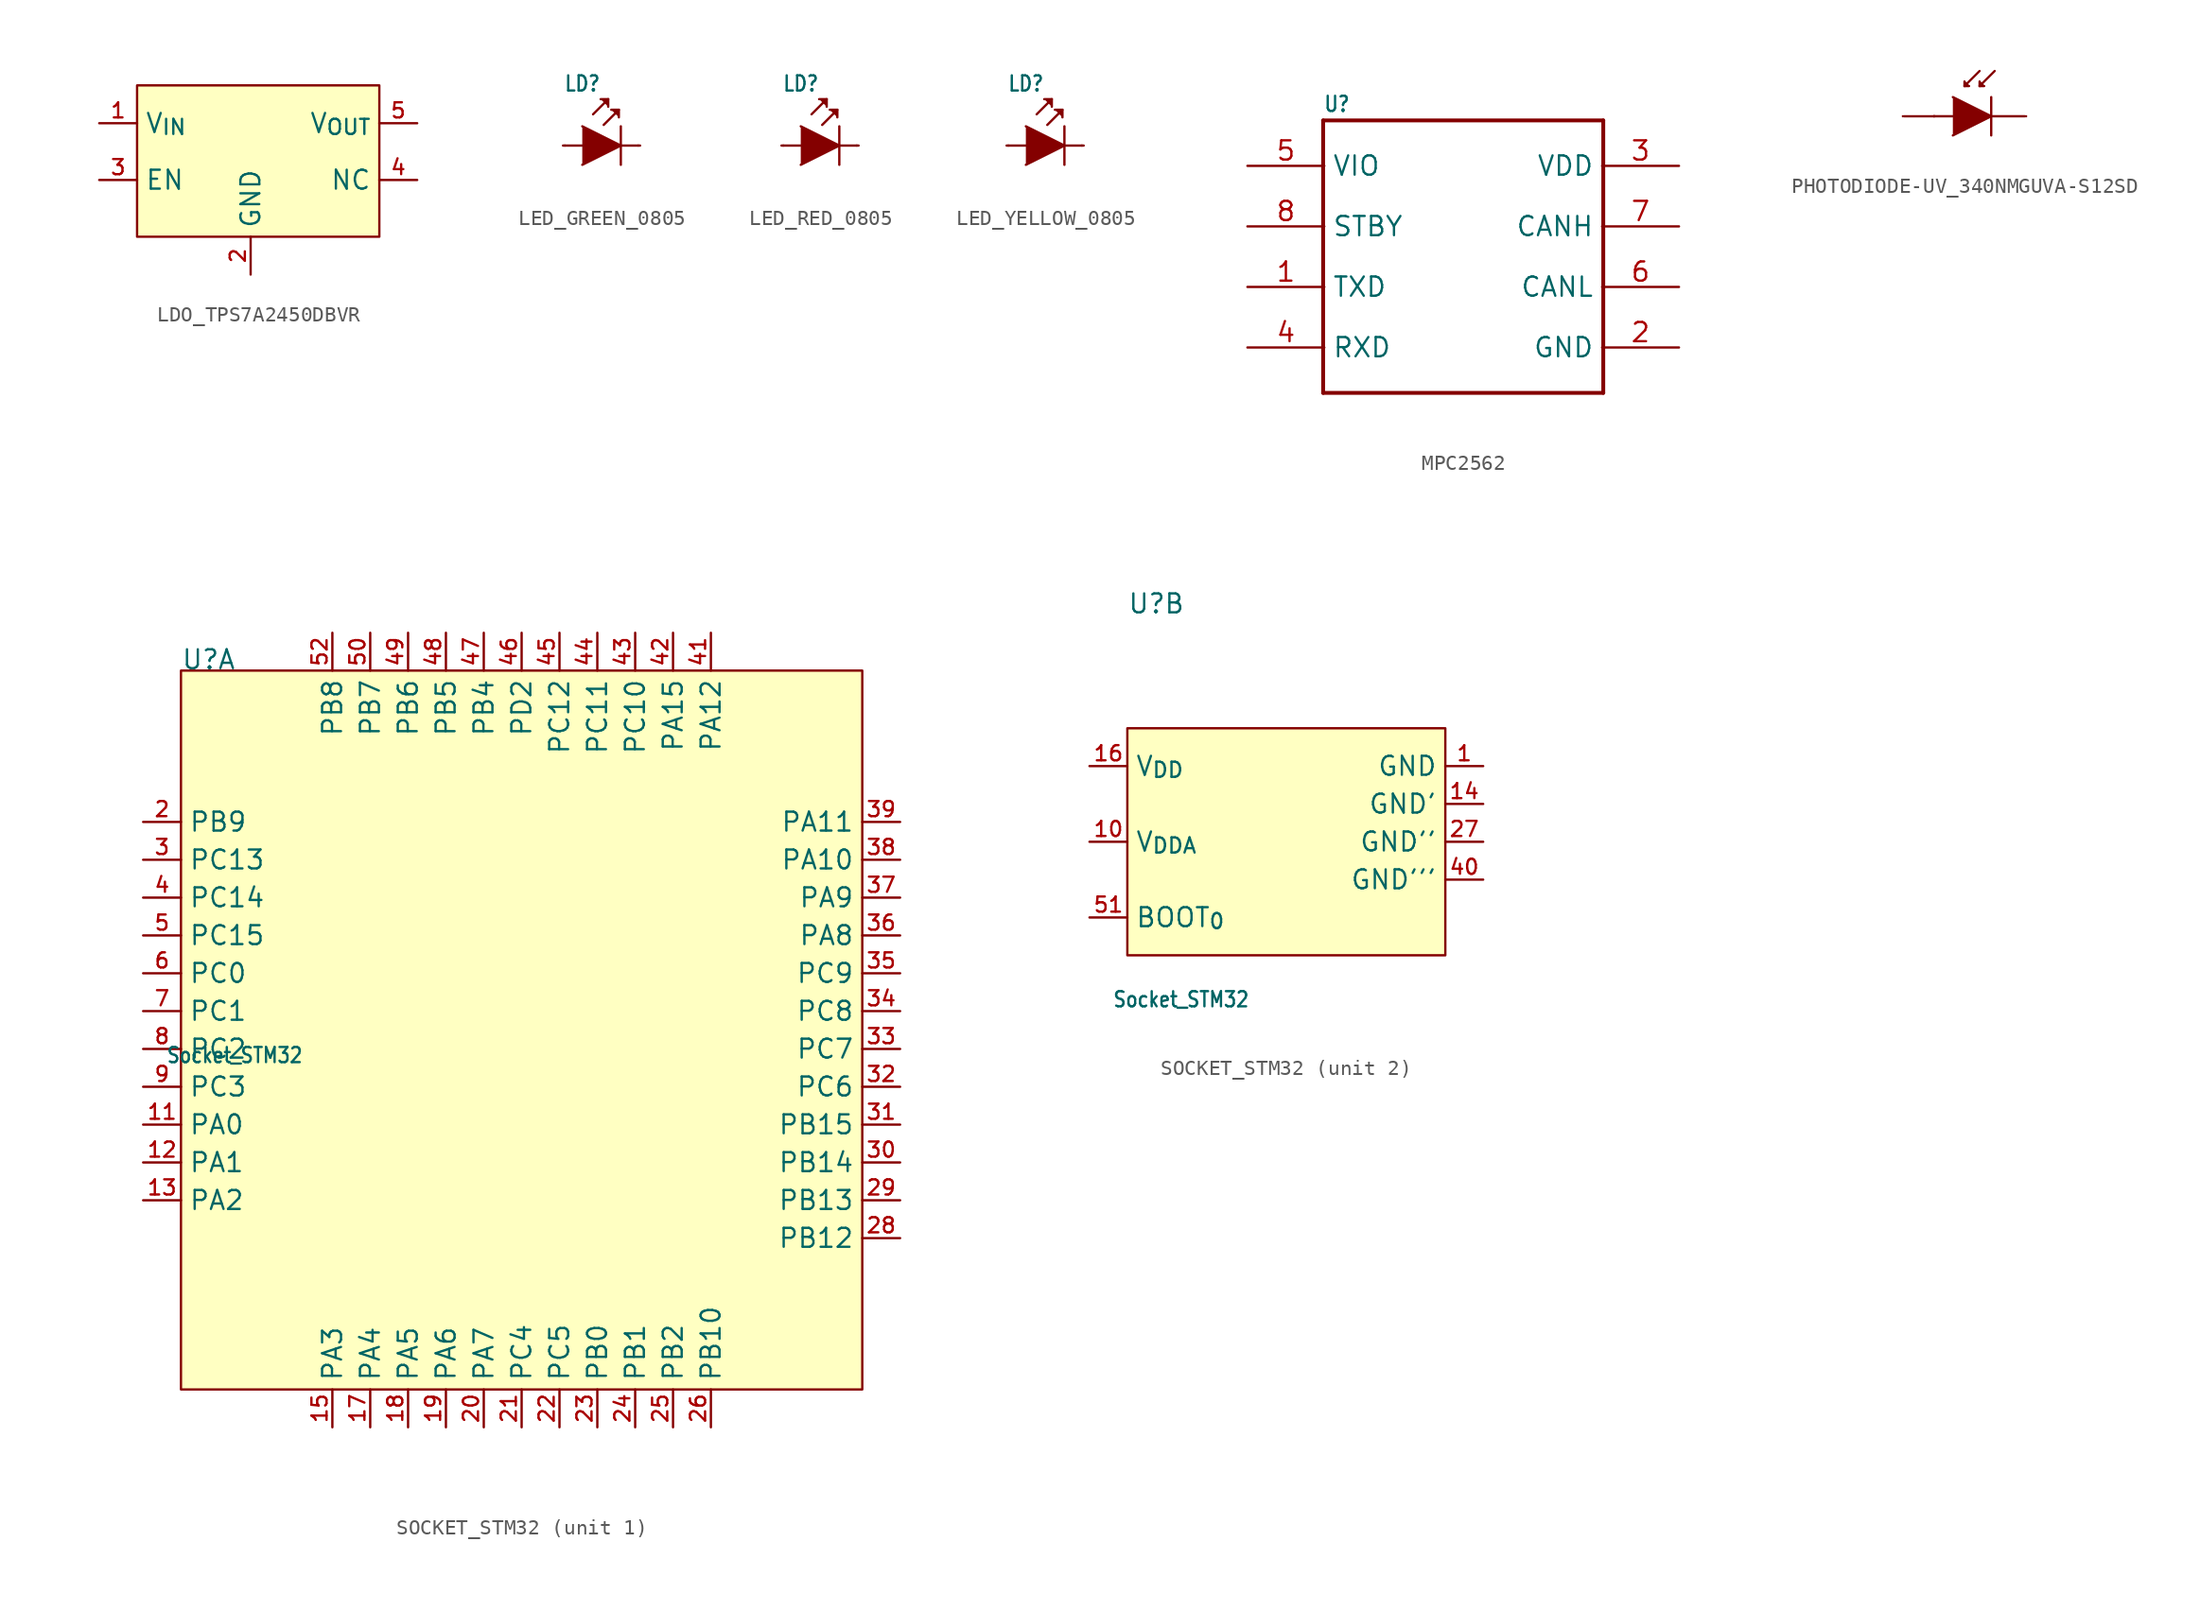
<source format=kicad_sym>
(kicad_symbol_lib
  (version 20231120)
  (generator "kicad_symbol_editor")
  (generator_version "8.0")
  (symbol "LDO_TPS7A2450DBVR"
    (property "Reference" ""
      (at 1.5 4 0)
      (effects (font (size 1 0.85)) (justify left bottom) (hide yes)))
    (property "Value" ""
      (at 1.5 2.5 0)
      (effects (font (size 1 0.85)) (justify left bottom)))
    (property "ki_locked" ""
      (at 0 0 0)
      (effects (font (size 1.27 1.27))))
    (symbol "LDO_TPS7A2450DBVR_1_0"
      (pin bidirectional line (at 0 0 0) (length 2.5) (name "V_{IN}" (effects (font (size 1.25 1.25)))) (number "1" (effects (font (size 1 1)))))
      (pin bidirectional line (at 10 -10 90) (length 2.5) (name "GND" (effects (font (size 1.25 1.25)))) (number "2" (effects (font (size 1 1)))))
      (pin bidirectional line (at 0 -3.75 0) (length 2.5) (name "EN" (effects (font (size 1.25 1.25)))) (number "3" (effects (font (size 1 1)))))
      (pin bidirectional line (at 21 -3.75 180) (length 2.5) (name "NC" (effects (font (size 1.25 1.25)))) (number "4" (effects (font (size 1 1)))))
      (pin bidirectional line (at 21 0 180) (length 2.5) (name "V_{OUT}" (effects (font (size 1.25 1.25)))) (number "5" (effects (font (size 1 1))))))
    (symbol "LDO_TPS7A2450DBVR_1_1"
      (rectangle (start 2.5 2.5) (end 18.5 -7.5) (stroke (width 0) (type default)) (fill (type background)))))
  (symbol "LED_GREEN_0805"
    (property "Reference" "LD"
      (at 0 3.5 0)
      (effects (font (size 1 0.85)) (justify left bottom)))
    (property "Value" ""
      (at 0 -3 0)
      (effects (font (size 1 0.85)) (justify left bottom)))
    (property "ki_locked" ""
      (at 0 0 0)
      (effects (font (size 1.27 1.27))))
    (symbol "LED_GREEN_0805_1_0"
      (polyline (pts (xy -0.04 0) (xy 1.23 0)) (stroke (width 0.152) (type solid)) (fill (type none)))
      (polyline (pts (xy 2.94 3.06) (xy 1.94 2.06)) (stroke (width 0.152) (type solid)) (fill (type none)))
      (polyline (pts (xy 3.64 2.36) (xy 2.64 1.36)) (stroke (width 0.152) (type solid)) (fill (type none)))
      (polyline (pts (xy 3.77 0) (xy 3.77 -1.27)) (stroke (width 0.152) (type solid)) (fill (type none)))
      (polyline (pts (xy 3.77 1.27) (xy 3.77 0)) (stroke (width 0.152) (type solid)) (fill (type none)))
      (polyline (pts (xy 5.04 0) (xy 3.77 0)) (stroke (width 0.152) (type solid)) (fill (type none)))
      (polyline (pts (xy 1.23 1.27) (xy 3.77 0) (xy 1.23 -1.27)) (stroke (width 0.152) (type solid)) (fill (type outline)))
      (polyline (pts (xy 2.44 3.06) (xy 2.94 3.06) (xy 2.94 2.56)) (stroke (width 0.152) (type solid)) (fill (type outline)))
      (polyline (pts (xy 3.14 2.36) (xy 3.64 2.36) (xy 3.64 1.86)) (stroke (width 0.152) (type solid)) (fill (type outline)))
      (pin bidirectional line (at 4.92 0 180) (length 0) (name "K" (effects (font (size 0 0)))) (number "1" (effects (font (size 0 0)))))
      (pin bidirectional line (at 0.08 0 0) (length 0) (name "A" (effects (font (size 0 0)))) (number "2" (effects (font (size 0 0)))))))
  (symbol "LED_RED_0805"
    (property "Reference" "LD"
      (at 0 3.5 0)
      (effects (font (size 1 0.85)) (justify left bottom)))
    (property "Value" ""
      (at 0 -3 0)
      (effects (font (size 1 0.85)) (justify left bottom)))
    (property "ki_locked" ""
      (at 0 0 0)
      (effects (font (size 1.27 1.27))))
    (symbol "LED_RED_0805_1_0"
      (polyline (pts (xy -0.04 0) (xy 1.23 0)) (stroke (width 0.152) (type solid)) (fill (type none)))
      (polyline (pts (xy 2.94 3.06) (xy 1.94 2.06)) (stroke (width 0.152) (type solid)) (fill (type none)))
      (polyline (pts (xy 3.64 2.36) (xy 2.64 1.36)) (stroke (width 0.152) (type solid)) (fill (type none)))
      (polyline (pts (xy 3.77 0) (xy 3.77 -1.27)) (stroke (width 0.152) (type solid)) (fill (type none)))
      (polyline (pts (xy 3.77 1.27) (xy 3.77 0)) (stroke (width 0.152) (type solid)) (fill (type none)))
      (polyline (pts (xy 5.04 0) (xy 3.77 0)) (stroke (width 0.152) (type solid)) (fill (type none)))
      (polyline (pts (xy 1.23 1.27) (xy 3.77 0) (xy 1.23 -1.27)) (stroke (width 0.152) (type solid)) (fill (type outline)))
      (polyline (pts (xy 2.44 3.06) (xy 2.94 3.06) (xy 2.94 2.56)) (stroke (width 0.152) (type solid)) (fill (type outline)))
      (polyline (pts (xy 3.14 2.36) (xy 3.64 2.36) (xy 3.64 1.86)) (stroke (width 0.152) (type solid)) (fill (type outline)))
      (pin bidirectional line (at 4.92 0 180) (length 0) (name "K" (effects (font (size 0 0)))) (number "1" (effects (font (size 0 0)))))
      (pin bidirectional line (at 0.08 0 0) (length 0) (name "A" (effects (font (size 0 0)))) (number "2" (effects (font (size 0 0)))))))
  (symbol "LED_YELLOW_0805"
    (property "Reference" "LD"
      (at 0 3.5 0)
      (effects (font (size 1 0.85)) (justify left bottom)))
    (property "Value" ""
      (at 0 -3 0)
      (effects (font (size 1 0.85)) (justify left bottom)))
    (property "ki_locked" ""
      (at 0 0 0)
      (effects (font (size 1.27 1.27))))
    (symbol "LED_YELLOW_0805_1_0"
      (polyline (pts (xy -0.04 0) (xy 1.23 0)) (stroke (width 0.152) (type solid)) (fill (type none)))
      (polyline (pts (xy 2.94 3.06) (xy 1.94 2.06)) (stroke (width 0.152) (type solid)) (fill (type none)))
      (polyline (pts (xy 3.64 2.36) (xy 2.64 1.36)) (stroke (width 0.152) (type solid)) (fill (type none)))
      (polyline (pts (xy 3.77 0) (xy 3.77 -1.27)) (stroke (width 0.152) (type solid)) (fill (type none)))
      (polyline (pts (xy 3.77 1.27) (xy 3.77 0)) (stroke (width 0.152) (type solid)) (fill (type none)))
      (polyline (pts (xy 5.04 0) (xy 3.77 0)) (stroke (width 0.152) (type solid)) (fill (type none)))
      (polyline (pts (xy 1.23 1.27) (xy 3.77 0) (xy 1.23 -1.27)) (stroke (width 0.152) (type solid)) (fill (type outline)))
      (polyline (pts (xy 2.44 3.06) (xy 2.94 3.06) (xy 2.94 2.56)) (stroke (width 0.152) (type solid)) (fill (type outline)))
      (polyline (pts (xy 3.14 2.36) (xy 3.64 2.36) (xy 3.64 1.86)) (stroke (width 0.152) (type solid)) (fill (type outline)))
      (pin bidirectional line (at 4.92 0 180) (length 0) (name "K" (effects (font (size 0 0)))) (number "1" (effects (font (size 0 0)))))
      (pin bidirectional line (at 0.08 0 0) (length 0) (name "A" (effects (font (size 0 0)))) (number "2" (effects (font (size 0 0)))))))
  (symbol "MPC2562"
    (property "Reference" "U"
      (at 5 3.5 0)
      (effects (font (size 1 0.85)) (justify left bottom)))
    (property "Value" ""
      (at 5 -16.5 0)
      (effects (font (size 1 0.85)) (justify left bottom)))
    (property "ki_locked" ""
      (at 0 0 0)
      (effects (font (size 1.27 1.27))))
    (symbol "MPC2562_1_0"
      (polyline (pts (xy 5 -15) (xy 5 3)) (stroke (width 0.254) (type solid)) (fill (type none)))
      (polyline (pts (xy 5 3) (xy 23.5 3)) (stroke (width 0.254) (type solid)) (fill (type none)))
      (polyline (pts (xy 23.5 -15) (xy 5 -15)) (stroke (width 0.254) (type solid)) (fill (type none)))
      (polyline (pts (xy 23.5 3) (xy 23.5 -15)) (stroke (width 0.254) (type solid)) (fill (type none)))
      (pin bidirectional line (at 0 -8 0) (length 5.08) (name "TXD" (effects (font (size 1.27 1.27)))) (number "1" (effects (font (size 1.27 1.27)))))
      (pin bidirectional line (at 28.5 -12 180) (length 5.08) (name "GND" (effects (font (size 1.27 1.27)))) (number "2" (effects (font (size 1.27 1.27)))))
      (pin bidirectional line (at 28.5 0 180) (length 5.08) (name "VDD" (effects (font (size 1.27 1.27)))) (number "3" (effects (font (size 1.27 1.27)))))
      (pin bidirectional line (at 0 -12 0) (length 5.08) (name "RXD" (effects (font (size 1.27 1.27)))) (number "4" (effects (font (size 1.27 1.27)))))
      (pin bidirectional line (at 0 0 0) (length 5.08) (name "VIO" (effects (font (size 1.27 1.27)))) (number "5" (effects (font (size 1.27 1.27)))))
      (pin bidirectional line (at 28.5 -8 180) (length 5.08) (name "CANL" (effects (font (size 1.27 1.27)))) (number "6" (effects (font (size 1.27 1.27)))))
      (pin bidirectional line (at 28.5 -4 180) (length 5.08) (name "CANH" (effects (font (size 1.27 1.27)))) (number "7" (effects (font (size 1.27 1.27)))))
      (pin bidirectional line (at 0 -4 0) (length 5.08) (name "STBY" (effects (font (size 1.27 1.27)))) (number "8" (effects (font (size 1.27 1.27)))))))
  (symbol "PHOTODIODE-UV_340NMGUVA-S12SD"
    (property "Reference" ""
      (at 2 3.5 0)
      (effects (font (size 1 0.85)) (justify left bottom) (hide yes)))
    (property "Value" ""
      (at 2 -3 0)
      (effects (font (size 1 0.85)) (justify left bottom)))
    (property "ki_locked" ""
      (at 0 0 0)
      (effects (font (size 1.27 1.27))))
    (symbol "PHOTODIODE-UV_340NMGUVA-S12SD_1_0"
      (polyline (pts (xy 1.96 0) (xy 2 0)) (stroke (width 0.152) (type solid)) (fill (type none)))
      (polyline (pts (xy 2 0) (xy 0 0)) (stroke (width 0.15) (type solid)) (fill (type none)))
      (polyline (pts (xy 2 0) (xy 3.23 0)) (stroke (width 0.152) (type solid)) (fill (type none)))
      (polyline (pts (xy 4 2) (xy 4 2.3)) (stroke (width 0.15) (type solid)) (fill (type none)))
      (polyline (pts (xy 4 2) (xy 4.3 2)) (stroke (width 0.15) (type solid)) (fill (type none)))
      (polyline (pts (xy 4 2.3) (xy 4.3 2)) (stroke (width 0.1) (type solid)) (fill (type none)))
      (polyline (pts (xy 5 2.3) (xy 5 2)) (stroke (width 0.15) (type solid)) (fill (type none)))
      (polyline (pts (xy 5 2.3) (xy 5.3 2)) (stroke (width 0.1) (type solid)) (fill (type none)))
      (polyline (pts (xy 5 3) (xy 4 2)) (stroke (width 0.15) (type solid)) (fill (type none)))
      (polyline (pts (xy 5.3 2) (xy 5 2)) (stroke (width 0.15) (type solid)) (fill (type none)))
      (polyline (pts (xy 5.77 0) (xy 5.77 -1.27)) (stroke (width 0.152) (type solid)) (fill (type none)))
      (polyline (pts (xy 5.77 1.27) (xy 5.77 0)) (stroke (width 0.152) (type solid)) (fill (type none)))
      (polyline (pts (xy 6 3) (xy 5 2)) (stroke (width 0.15) (type solid)) (fill (type none)))
      (polyline (pts (xy 8 0) (xy 5.77 0)) (stroke (width 0.152) (type solid)) (fill (type none)))
      (polyline (pts (xy 3.23 1.27) (xy 5.77 0) (xy 3.23 -1.27)) (stroke (width 0.152) (type solid)) (fill (type outline)))
      (pin bidirectional line (at 8.08 0 0) (length 0) (name "K" (effects (font (size 0 0)))) (number "1" (effects (font (size 0 0)))))
      (pin bidirectional line (at -0.08 0 180) (length 0) (name "A" (effects (font (size 0 0)))) (number "2" (effects (font (size 0 0)))))))
  (symbol "SOCKET_STM32"
    (property "Reference" "U"
      (at 2.5 10 0)
      (effects (font (size 1.25 1.25)) (justify left bottom)))
    (property "Value" "Socket_STM32"
      (at 1.5 -16 0)
      (effects (font (size 1 0.85)) (justify left bottom)))
    (property "ki_locked" ""
      (at 0 0 0)
      (effects (font (size 1.27 1.27))))
    (symbol "SOCKET_STM32_1_0"
      (rectangle (start 2.5 10) (end 47.5 -37.5) (stroke (width 0) (type default)) (fill (type background)))
      (pin bidirectional line (at 0 -20 0) (length 2.5) (name "PA0" (effects (font (size 1.25 1.25)))) (number "11" (effects (font (size 1 1)))))
      (pin bidirectional line (at 0 -22.5 0) (length 2.5) (name "PA1" (effects (font (size 1.25 1.25)))) (number "12" (effects (font (size 1 1)))))
      (pin bidirectional line (at 0 -25 0) (length 2.5) (name "PA2" (effects (font (size 1.25 1.25)))) (number "13" (effects (font (size 1 1)))))
      (pin bidirectional line (at 12.5 -40 90) (length 2.5) (name "PA3" (effects (font (size 1.25 1.25)))) (number "15" (effects (font (size 1 1)))))
      (pin bidirectional line (at 15 -40 90) (length 2.5) (name "PA4" (effects (font (size 1.25 1.25)))) (number "17" (effects (font (size 1 1)))))
      (pin bidirectional line (at 17.5 -40 90) (length 2.5) (name "PA5" (effects (font (size 1.25 1.25)))) (number "18" (effects (font (size 1 1)))))
      (pin bidirectional line (at 20 -40 90) (length 2.5) (name "PA6" (effects (font (size 1.25 1.25)))) (number "19" (effects (font (size 1 1)))))
      (pin bidirectional line (at 0 0 0) (length 2.5) (name "PB9" (effects (font (size 1.25 1.25)))) (number "2" (effects (font (size 1 1)))))
      (pin bidirectional line (at 22.5 -40 90) (length 2.5) (name "PA7" (effects (font (size 1.25 1.25)))) (number "20" (effects (font (size 1 1)))))
      (pin bidirectional line (at 25 -40 90) (length 2.5) (name "PC4" (effects (font (size 1.25 1.25)))) (number "21" (effects (font (size 1 1)))))
      (pin bidirectional line (at 27.5 -40 90) (length 2.5) (name "PC5" (effects (font (size 1.25 1.25)))) (number "22" (effects (font (size 1 1)))))
      (pin bidirectional line (at 30 -40 90) (length 2.5) (name "PB0" (effects (font (size 1.25 1.25)))) (number "23" (effects (font (size 1 1)))))
      (pin bidirectional line (at 32.5 -40 90) (length 2.5) (name "PB1" (effects (font (size 1.25 1.25)))) (number "24" (effects (font (size 1 1)))))
      (pin bidirectional line (at 35 -40 90) (length 2.5) (name "PB2" (effects (font (size 1.25 1.25)))) (number "25" (effects (font (size 1 1)))))
      (pin bidirectional line (at 37.5 -40 90) (length 2.5) (name "PB10" (effects (font (size 1.25 1.25)))) (number "26" (effects (font (size 1 1)))))
      (pin bidirectional line (at 50 -27.5 180) (length 2.5) (name "PB12" (effects (font (size 1.25 1.25)))) (number "28" (effects (font (size 1 1)))))
      (pin bidirectional line (at 50 -25 180) (length 2.5) (name "PB13" (effects (font (size 1.25 1.25)))) (number "29" (effects (font (size 1 1)))))
      (pin bidirectional line (at 0 -2.5 0) (length 2.5) (name "PC13" (effects (font (size 1.25 1.25)))) (number "3" (effects (font (size 1 1)))))
      (pin bidirectional line (at 50 -22.5 180) (length 2.5) (name "PB14" (effects (font (size 1.25 1.25)))) (number "30" (effects (font (size 1 1)))))
      (pin bidirectional line (at 50 -20 180) (length 2.5) (name "PB15" (effects (font (size 1.25 1.25)))) (number "31" (effects (font (size 1 1)))))
      (pin bidirectional line (at 50 -17.5 180) (length 2.5) (name "PC6" (effects (font (size 1.25 1.25)))) (number "32" (effects (font (size 1 1)))))
      (pin bidirectional line (at 50 -15 180) (length 2.5) (name "PC7" (effects (font (size 1.25 1.25)))) (number "33" (effects (font (size 1 1)))))
      (pin bidirectional line (at 50 -12.5 180) (length 2.5) (name "PC8" (effects (font (size 1.25 1.25)))) (number "34" (effects (font (size 1 1)))))
      (pin bidirectional line (at 50 -10 180) (length 2.5) (name "PC9" (effects (font (size 1.25 1.25)))) (number "35" (effects (font (size 1 1)))))
      (pin bidirectional line (at 50 -7.5 180) (length 2.5) (name "PA8" (effects (font (size 1.25 1.25)))) (number "36" (effects (font (size 1 1)))))
      (pin bidirectional line (at 50 -5 180) (length 2.5) (name "PA9" (effects (font (size 1.25 1.25)))) (number "37" (effects (font (size 1 1)))))
      (pin bidirectional line (at 50 -2.5 180) (length 2.5) (name "PA10" (effects (font (size 1.25 1.25)))) (number "38" (effects (font (size 1 1)))))
      (pin bidirectional line (at 50 0 180) (length 2.5) (name "PA11" (effects (font (size 1.25 1.25)))) (number "39" (effects (font (size 1 1)))))
      (pin bidirectional line (at 0 -5 0) (length 2.5) (name "PC14" (effects (font (size 1.25 1.25)))) (number "4" (effects (font (size 1 1)))))
      (pin bidirectional line (at 37.5 12.5 270) (length 2.5) (name "PA12" (effects (font (size 1.25 1.25)))) (number "41" (effects (font (size 1 1)))))
      (pin bidirectional line (at 35 12.5 270) (length 2.5) (name "PA15" (effects (font (size 1.25 1.25)))) (number "42" (effects (font (size 1 1)))))
      (pin bidirectional line (at 32.5 12.5 270) (length 2.5) (name "PC10" (effects (font (size 1.25 1.25)))) (number "43" (effects (font (size 1 1)))))
      (pin bidirectional line (at 30 12.5 270) (length 2.5) (name "PC11" (effects (font (size 1.25 1.25)))) (number "44" (effects (font (size 1 1)))))
      (pin bidirectional line (at 27.5 12.5 270) (length 2.5) (name "PC12" (effects (font (size 1.25 1.25)))) (number "45" (effects (font (size 1 1)))))
      (pin bidirectional line (at 25 12.5 270) (length 2.5) (name "PD2" (effects (font (size 1.25 1.25)))) (number "46" (effects (font (size 1 1)))))
      (pin bidirectional line (at 22.5 12.5 270) (length 2.5) (name "PB4" (effects (font (size 1.25 1.25)))) (number "47" (effects (font (size 1 1)))))
      (pin bidirectional line (at 20 12.5 270) (length 2.5) (name "PB5" (effects (font (size 1.25 1.25)))) (number "48" (effects (font (size 1 1)))))
      (pin bidirectional line (at 17.5 12.5 270) (length 2.5) (name "PB6" (effects (font (size 1.25 1.25)))) (number "49" (effects (font (size 1 1)))))
      (pin bidirectional line (at 0 -7.5 0) (length 2.5) (name "PC15" (effects (font (size 1.25 1.25)))) (number "5" (effects (font (size 1 1)))))
      (pin bidirectional line (at 15 12.5 270) (length 2.5) (name "PB7" (effects (font (size 1.25 1.25)))) (number "50" (effects (font (size 1 1)))))
      (pin bidirectional line (at 12.5 12.5 270) (length 2.5) (name "PB8" (effects (font (size 1.25 1.25)))) (number "52" (effects (font (size 1 1)))))
      (pin bidirectional line (at 0 -10 0) (length 2.5) (name "PC0" (effects (font (size 1.25 1.25)))) (number "6" (effects (font (size 1 1)))))
      (pin bidirectional line (at 0 -12.5 0) (length 2.5) (name "PC1" (effects (font (size 1.25 1.25)))) (number "7" (effects (font (size 1 1)))))
      (pin bidirectional line (at 0 -15 0) (length 2.5) (name "PC2" (effects (font (size 1.25 1.25)))) (number "8" (effects (font (size 1 1)))))
      (pin bidirectional line (at 0 -17.5 0) (length 2.5) (name "PC3" (effects (font (size 1.25 1.25)))) (number "9" (effects (font (size 1 1))))))
    (symbol "SOCKET_STM32_2_0"
      (pin bidirectional line (at 26 0 180) (length 2.5) (name "GND" (effects (font (size 1.25 1.25)))) (number "1" (effects (font (size 1 1)))))
      (pin bidirectional line (at 0 -5 0) (length 2.5) (name "V_{DDA}" (effects (font (size 1.25 1.25)))) (number "10" (effects (font (size 1 1)))))
      (pin bidirectional line (at 26 -2.5 180) (length 2.5) (name "GND'" (effects (font (size 1.25 1.25)))) (number "14" (effects (font (size 1 1)))))
      (pin bidirectional line (at 0 0 0) (length 2.5) (name "V_{DD}" (effects (font (size 1.25 1.25)))) (number "16" (effects (font (size 1 1)))))
      (pin bidirectional line (at 26 -5 180) (length 2.5) (name "GND''" (effects (font (size 1.25 1.25)))) (number "27" (effects (font (size 1 1)))))
      (pin bidirectional line (at 26 -7.5 180) (length 2.5) (name "GND'''" (effects (font (size 1.25 1.25)))) (number "40" (effects (font (size 1 1)))))
      (pin bidirectional line (at 0 -10 0) (length 2.5) (name "BOOT_{0}" (effects (font (size 1.25 1.25)))) (number "51" (effects (font (size 1 1))))))
    (symbol "SOCKET_STM32_2_1"
      (rectangle (start 2.5 2.5) (end 23.5 -12.5) (stroke (width 0) (type default)) (fill (type background))))))
</source>
